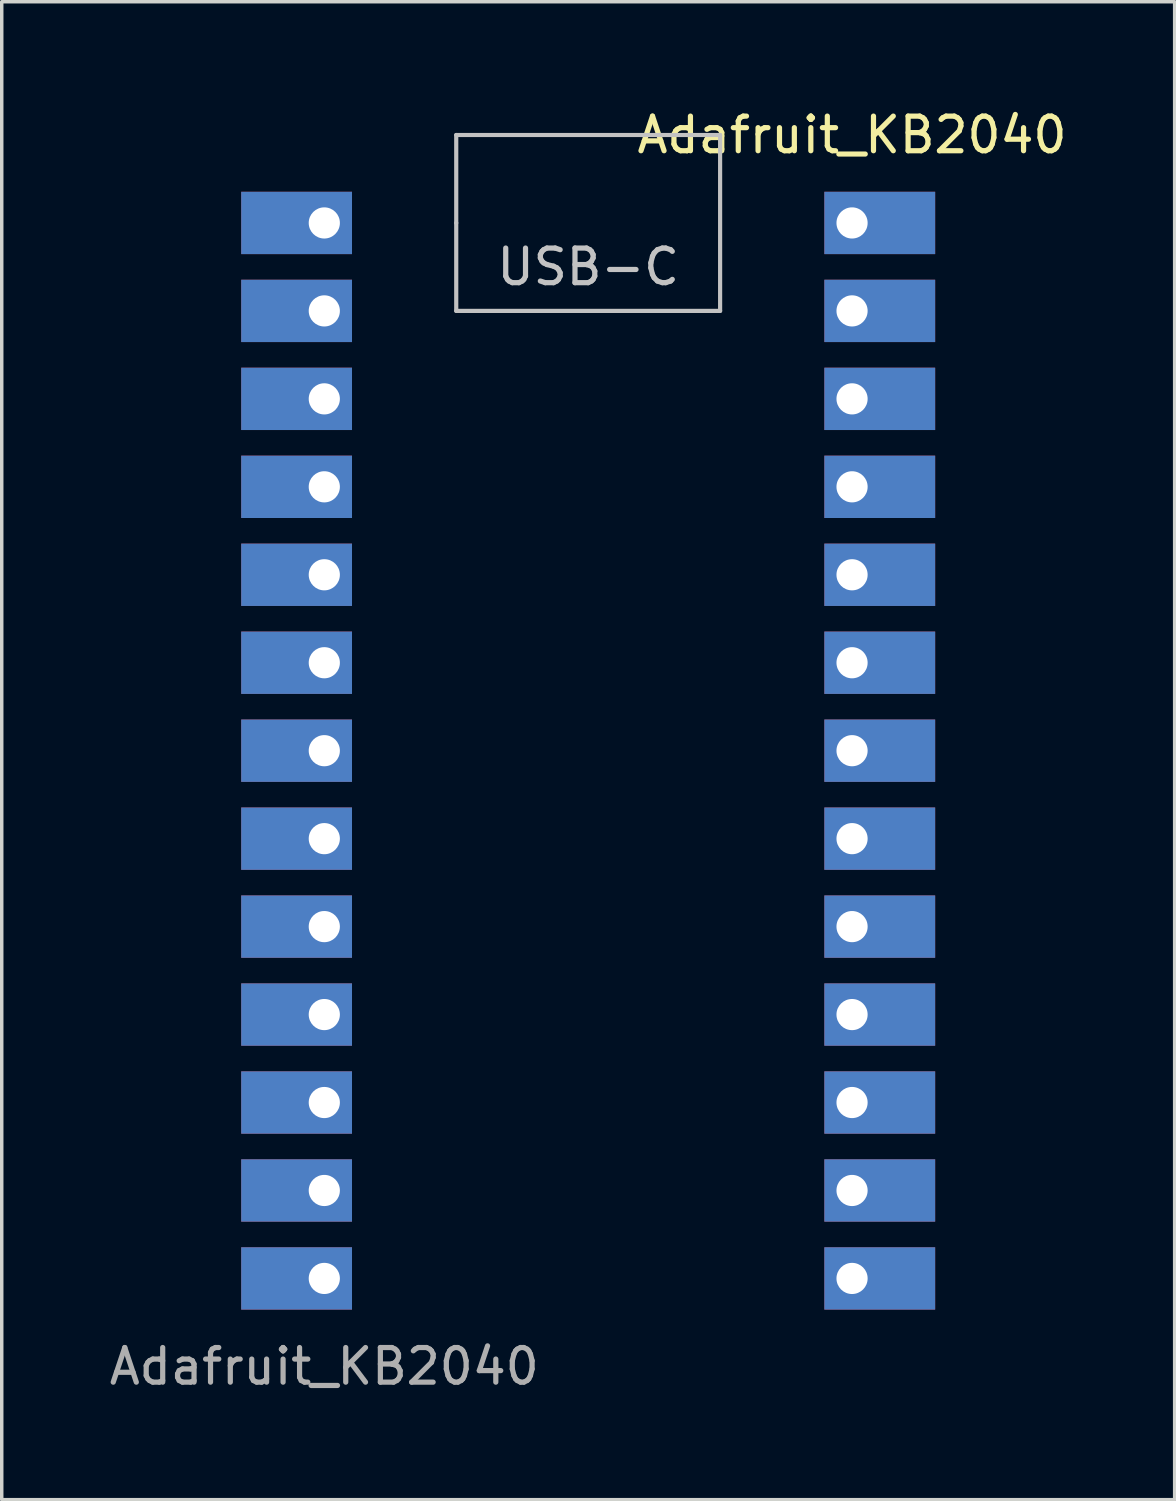
<source format=kicad_pcb>
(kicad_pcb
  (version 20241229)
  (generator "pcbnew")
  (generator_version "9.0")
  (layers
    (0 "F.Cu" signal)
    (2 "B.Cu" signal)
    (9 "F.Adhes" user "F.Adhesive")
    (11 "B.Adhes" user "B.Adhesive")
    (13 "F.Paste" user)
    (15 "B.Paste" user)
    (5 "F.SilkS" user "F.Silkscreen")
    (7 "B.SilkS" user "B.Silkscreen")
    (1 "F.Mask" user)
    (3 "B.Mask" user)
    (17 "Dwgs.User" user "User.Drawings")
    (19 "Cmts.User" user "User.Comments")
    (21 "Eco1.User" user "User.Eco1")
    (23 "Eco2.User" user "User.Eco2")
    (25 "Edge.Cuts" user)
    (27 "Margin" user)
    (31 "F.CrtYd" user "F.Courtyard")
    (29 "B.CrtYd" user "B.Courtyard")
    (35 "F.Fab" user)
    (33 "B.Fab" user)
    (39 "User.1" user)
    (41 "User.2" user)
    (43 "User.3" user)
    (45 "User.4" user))
  (footprint "Adafruit_KB2040"
    (layer "F.Cu")
    (at 13.935 3.388)
    (property "Reference" "Adafruit_KB2040" (at 7.62 -2.54 0) (unlocked yes) (layer "F.SilkS") (effects (font (size 1 1) (thickness 0.15))))
    (attr through_hole)
    (fp_line (start -3.81 -2.54) (end 3.81 -2.54) (stroke (width 0.12) (type solid)) (layer "Dwgs.User"))
    (fp_line (start -3.81 0) (end -3.81 -2.54) (stroke (width 0.12) (type solid)) (layer "Dwgs.User"))
    (fp_line (start -3.81 2.54) (end -3.81 0) (stroke (width 0.12) (type solid)) (layer "Dwgs.User"))
    (fp_line (start 3.81 -2.54) (end 3.81 2.54) (stroke (width 0.12) (type solid)) (layer "Dwgs.User"))
    (fp_line (start 3.81 2.54) (end -3.81 2.54) (stroke (width 0.12) (type solid)) (layer "Dwgs.User"))
    (fp_text user "USB-C" (at 0 1.27 0) (unlocked yes) (layer "Dwgs.User") (effects (font (size 1 1) (thickness 0.15))))
    (fp_text user "${REFERENCE}" (at -7.62 33.02 0) (unlocked yes) (layer "F.Fab") (effects (font (size 1 1) (thickness 0.15))))
    (pad "1" thru_hole rect (at -7.62 0) (size 3.2 1.8) (drill 0.9 (offset -0.8 0)) (layers "*.Cu" "*.Mask"))
    (pad "2" thru_hole rect (at -7.62 2.54) (size 3.2 1.8) (drill 0.9 (offset -0.8 0)) (layers "*.Cu" "*.Mask"))
    (pad "3" thru_hole rect (at -7.62 5.08) (size 3.2 1.8) (drill 0.9 (offset -0.8 0)) (layers "*.Cu" "*.Mask"))
    (pad "4" thru_hole rect (at -7.62 7.62) (size 3.2 1.8) (drill 0.9 (offset -0.8 0)) (layers "*.Cu" "*.Mask"))
    (pad "5" thru_hole rect (at -7.62 10.16) (size 3.2 1.8) (drill 0.9 (offset -0.8 0)) (layers "*.Cu" "*.Mask"))
    (pad "6" thru_hole rect (at -7.62 12.7) (size 3.2 1.8) (drill 0.9 (offset -0.8 0)) (layers "*.Cu" "*.Mask"))
    (pad "7" thru_hole rect (at -7.62 15.24) (size 3.2 1.8) (drill 0.9 (offset -0.8 0)) (layers "*.Cu" "*.Mask"))
    (pad "8" thru_hole rect (at -7.62 17.78) (size 3.2 1.8) (drill 0.9 (offset -0.8 0)) (layers "*.Cu" "*.Mask"))
    (pad "9" thru_hole rect (at -7.62 20.32) (size 3.2 1.8) (drill 0.9 (offset -0.8 0)) (layers "*.Cu" "*.Mask"))
    (pad "10" thru_hole rect (at -7.62 22.86) (size 3.2 1.8) (drill 0.9 (offset -0.8 0)) (layers "*.Cu" "*.Mask"))
    (pad "11" thru_hole rect (at -7.62 25.4) (size 3.2 1.8) (drill 0.9 (offset -0.8 0)) (layers "*.Cu" "*.Mask"))
    (pad "12" thru_hole rect (at -7.62 27.94) (size 3.2 1.8) (drill 0.9 (offset -0.8 0)) (layers "*.Cu" "*.Mask"))
    (pad "13" thru_hole rect (at -7.62 30.48) (size 3.2 1.8) (drill 0.9 (offset -0.8 0)) (layers "*.Cu" "*.Mask"))
    (pad "14" thru_hole rect (at 7.62 30.48 180) (size 3.2 1.8) (drill 0.9 (offset -0.8 0)) (layers "*.Cu" "*.Mask"))
    (pad "15" thru_hole rect (at 7.62 27.94 180) (size 3.2 1.8) (drill 0.9 (offset -0.8 0)) (layers "*.Cu" "*.Mask"))
    (pad "16" thru_hole rect (at 7.62 25.4 180) (size 3.2 1.8) (drill 0.9 (offset -0.8 0)) (layers "*.Cu" "*.Mask"))
    (pad "17" thru_hole rect (at 7.62 22.86 180) (size 3.2 1.8) (drill 0.9 (offset -0.8 0)) (layers "*.Cu" "*.Mask"))
    (pad "18" thru_hole rect (at 7.62 20.32 180) (size 3.2 1.8) (drill 0.9 (offset -0.8 0)) (layers "*.Cu" "*.Mask"))
    (pad "19" thru_hole rect (at 7.62 17.78 180) (size 3.2 1.8) (drill 0.9 (offset -0.8 0)) (layers "*.Cu" "*.Mask"))
    (pad "20" thru_hole rect (at 7.62 15.24 180) (size 3.2 1.8) (drill 0.9 (offset -0.8 0)) (layers "*.Cu" "*.Mask"))
    (pad "21" thru_hole rect (at 7.62 12.7 180) (size 3.2 1.8) (drill 0.9 (offset -0.8 0)) (layers "*.Cu" "*.Mask"))
    (pad "22" thru_hole rect (at 7.62 10.16 180) (size 3.2 1.8) (drill 0.9 (offset -0.8 0)) (layers "*.Cu" "*.Mask"))
    (pad "23" thru_hole rect (at 7.62 7.62 180) (size 3.2 1.8) (drill 0.9 (offset -0.8 0)) (layers "*.Cu" "*.Mask"))
    (pad "24" thru_hole rect (at 7.62 5.08 180) (size 3.2 1.8) (drill 0.9 (offset -0.8 0)) (layers "*.Cu" "*.Mask"))
    (pad "25" thru_hole rect (at 7.62 2.54 180) (size 3.2 1.8) (drill 0.9 (offset -0.8 0)) (layers "*.Cu" "*.Mask"))
    (pad "26" thru_hole rect (at 7.62 0 180) (size 3.2 1.8) (drill 0.9 (offset -0.8 0)) (layers "*.Cu" "*.Mask")))
  (gr_rect
    (start -3 -3)
    (end 30.871 40.257)
    (stroke (width 0.1) (type default))
    (fill no)
    (layer "Edge.Cuts")))
</source>
